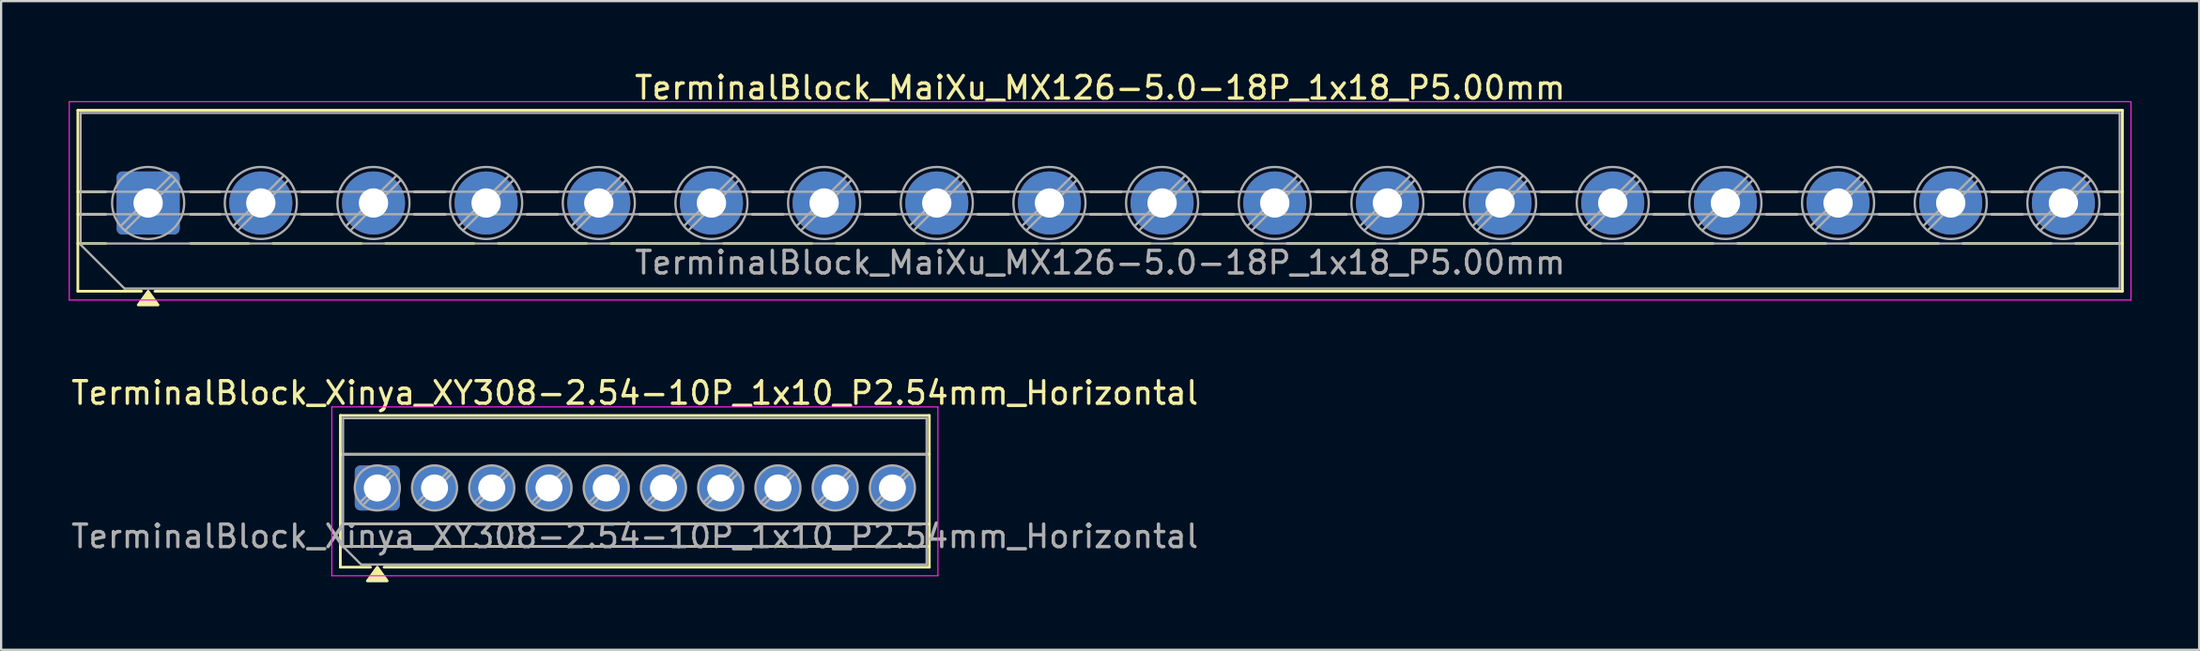
<source format=kicad_pcb>
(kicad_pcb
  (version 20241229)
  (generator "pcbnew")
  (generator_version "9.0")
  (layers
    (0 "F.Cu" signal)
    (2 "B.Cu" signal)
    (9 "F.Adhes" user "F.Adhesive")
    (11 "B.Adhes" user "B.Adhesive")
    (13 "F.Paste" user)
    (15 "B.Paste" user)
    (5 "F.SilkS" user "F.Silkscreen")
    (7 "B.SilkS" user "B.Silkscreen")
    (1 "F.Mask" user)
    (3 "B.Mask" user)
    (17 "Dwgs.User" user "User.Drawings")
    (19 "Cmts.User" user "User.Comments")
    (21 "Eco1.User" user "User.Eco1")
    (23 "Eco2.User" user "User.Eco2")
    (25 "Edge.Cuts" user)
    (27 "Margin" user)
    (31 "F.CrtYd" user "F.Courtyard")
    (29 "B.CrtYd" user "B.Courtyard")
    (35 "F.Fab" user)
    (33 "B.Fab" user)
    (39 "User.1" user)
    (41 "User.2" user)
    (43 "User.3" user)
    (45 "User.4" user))
  (footprint "TerminalBlock_MaiXu_MX126-5.0-18P_1x18_P5.00mm"
    (layer "F.Cu")
    (at 3.525 5.968)
    (property "Reference" "TerminalBlock_MaiXu_MX126-5.0-18P_1x18_P5.00mm" (at 42.25 -5.12 0) (layer "F.SilkS") (effects (font (size 1 1) (thickness 0.15))))
    (attr through_hole)
    (fp_line (start -3.12 -4.12) (end -3.12 3.92) (stroke (width 0.12) (type solid)) (layer "F.SilkS"))
    (fp_line (start -3.12 -4.12) (end 87.62 -4.12) (stroke (width 0.12) (type solid)) (layer "F.SilkS"))
    (fp_line (start -3.12 -0.5) (end -1.88 -0.5) (stroke (width 0.12) (type solid)) (layer "F.SilkS"))
    (fp_line (start -3.12 0.5) (end -1.88 0.5) (stroke (width 0.12) (type solid)) (layer "F.SilkS"))
    (fp_line (start -3.12 1.8) (end -1.88 1.8) (stroke (width 0.12) (type solid)) (layer "F.SilkS"))
    (fp_line (start -3.12 3.92) (end -0.3 3.92) (stroke (width 0.12) (type solid)) (layer "F.SilkS"))
    (fp_line (start 0.3 3.92) (end 87.62 3.92) (stroke (width 0.12) (type solid)) (layer "F.SilkS"))
    (fp_line (start 1.88 -0.5) (end 3.188 -0.5) (stroke (width 0.12) (type solid)) (layer "F.SilkS"))
    (fp_line (start 1.88 0.5) (end 3.188 0.5) (stroke (width 0.12) (type solid)) (layer "F.SilkS"))
    (fp_line (start 1.88 1.8) (end 4.457 1.8) (stroke (width 0.12) (type solid)) (layer "F.SilkS"))
    (fp_line (start 5.543 1.8) (end 9.457 1.8) (stroke (width 0.12) (type solid)) (layer "F.SilkS"))
    (fp_line (start 6.812 -0.5) (end 8.188 -0.5) (stroke (width 0.12) (type solid)) (layer "F.SilkS"))
    (fp_line (start 6.812 0.5) (end 8.188 0.5) (stroke (width 0.12) (type solid)) (layer "F.SilkS"))
    (fp_line (start 10.543 1.8) (end 14.457 1.8) (stroke (width 0.12) (type solid)) (layer "F.SilkS"))
    (fp_line (start 11.812 -0.5) (end 13.188 -0.5) (stroke (width 0.12) (type solid)) (layer "F.SilkS"))
    (fp_line (start 11.812 0.5) (end 13.188 0.5) (stroke (width 0.12) (type solid)) (layer "F.SilkS"))
    (fp_line (start 15.543 1.8) (end 19.457 1.8) (stroke (width 0.12) (type solid)) (layer "F.SilkS"))
    (fp_line (start 16.812 -0.5) (end 18.188 -0.5) (stroke (width 0.12) (type solid)) (layer "F.SilkS"))
    (fp_line (start 16.812 0.5) (end 18.188 0.5) (stroke (width 0.12) (type solid)) (layer "F.SilkS"))
    (fp_line (start 20.543 1.8) (end 24.457 1.8) (stroke (width 0.12) (type solid)) (layer "F.SilkS"))
    (fp_line (start 21.812 -0.5) (end 23.188 -0.5) (stroke (width 0.12) (type solid)) (layer "F.SilkS"))
    (fp_line (start 21.812 0.5) (end 23.188 0.5) (stroke (width 0.12) (type solid)) (layer "F.SilkS"))
    (fp_line (start 25.543 1.8) (end 29.457 1.8) (stroke (width 0.12) (type solid)) (layer "F.SilkS"))
    (fp_line (start 26.812 -0.5) (end 28.188 -0.5) (stroke (width 0.12) (type solid)) (layer "F.SilkS"))
    (fp_line (start 26.812 0.5) (end 28.188 0.5) (stroke (width 0.12) (type solid)) (layer "F.SilkS"))
    (fp_line (start 30.543 1.8) (end 34.457 1.8) (stroke (width 0.12) (type solid)) (layer "F.SilkS"))
    (fp_line (start 31.812 -0.5) (end 33.188 -0.5) (stroke (width 0.12) (type solid)) (layer "F.SilkS"))
    (fp_line (start 31.812 0.5) (end 33.188 0.5) (stroke (width 0.12) (type solid)) (layer "F.SilkS"))
    (fp_line (start 35.543 1.8) (end 39.457 1.8) (stroke (width 0.12) (type solid)) (layer "F.SilkS"))
    (fp_line (start 36.812 -0.5) (end 38.188 -0.5) (stroke (width 0.12) (type solid)) (layer "F.SilkS"))
    (fp_line (start 36.812 0.5) (end 38.188 0.5) (stroke (width 0.12) (type solid)) (layer "F.SilkS"))
    (fp_line (start 40.543 1.8) (end 44.457 1.8) (stroke (width 0.12) (type solid)) (layer "F.SilkS"))
    (fp_line (start 41.812 -0.5) (end 43.188 -0.5) (stroke (width 0.12) (type solid)) (layer "F.SilkS"))
    (fp_line (start 41.812 0.5) (end 43.188 0.5) (stroke (width 0.12) (type solid)) (layer "F.SilkS"))
    (fp_line (start 45.543 1.8) (end 49.457 1.8) (stroke (width 0.12) (type solid)) (layer "F.SilkS"))
    (fp_line (start 46.812 -0.5) (end 48.188 -0.5) (stroke (width 0.12) (type solid)) (layer "F.SilkS"))
    (fp_line (start 46.812 0.5) (end 48.188 0.5) (stroke (width 0.12) (type solid)) (layer "F.SilkS"))
    (fp_line (start 50.543 1.8) (end 54.457 1.8) (stroke (width 0.12) (type solid)) (layer "F.SilkS"))
    (fp_line (start 51.812 -0.5) (end 53.188 -0.5) (stroke (width 0.12) (type solid)) (layer "F.SilkS"))
    (fp_line (start 51.812 0.5) (end 53.188 0.5) (stroke (width 0.12) (type solid)) (layer "F.SilkS"))
    (fp_line (start 55.543 1.8) (end 59.457 1.8) (stroke (width 0.12) (type solid)) (layer "F.SilkS"))
    (fp_line (start 56.812 -0.5) (end 58.188 -0.5) (stroke (width 0.12) (type solid)) (layer "F.SilkS"))
    (fp_line (start 56.812 0.5) (end 58.188 0.5) (stroke (width 0.12) (type solid)) (layer "F.SilkS"))
    (fp_line (start 60.543 1.8) (end 64.457 1.8) (stroke (width 0.12) (type solid)) (layer "F.SilkS"))
    (fp_line (start 61.812 -0.5) (end 63.188 -0.5) (stroke (width 0.12) (type solid)) (layer "F.SilkS"))
    (fp_line (start 61.812 0.5) (end 63.188 0.5) (stroke (width 0.12) (type solid)) (layer "F.SilkS"))
    (fp_line (start 65.543 1.8) (end 69.457 1.8) (stroke (width 0.12) (type solid)) (layer "F.SilkS"))
    (fp_line (start 66.812 -0.5) (end 68.188 -0.5) (stroke (width 0.12) (type solid)) (layer "F.SilkS"))
    (fp_line (start 66.812 0.5) (end 68.188 0.5) (stroke (width 0.12) (type solid)) (layer "F.SilkS"))
    (fp_line (start 70.543 1.8) (end 74.457 1.8) (stroke (width 0.12) (type solid)) (layer "F.SilkS"))
    (fp_line (start 71.812 -0.5) (end 73.188 -0.5) (stroke (width 0.12) (type solid)) (layer "F.SilkS"))
    (fp_line (start 71.812 0.5) (end 73.188 0.5) (stroke (width 0.12) (type solid)) (layer "F.SilkS"))
    (fp_line (start 75.543 1.8) (end 79.457 1.8) (stroke (width 0.12) (type solid)) (layer "F.SilkS"))
    (fp_line (start 76.812 -0.5) (end 78.188 -0.5) (stroke (width 0.12) (type solid)) (layer "F.SilkS"))
    (fp_line (start 76.812 0.5) (end 78.188 0.5) (stroke (width 0.12) (type solid)) (layer "F.SilkS"))
    (fp_line (start 80.543 1.8) (end 84.457 1.8) (stroke (width 0.12) (type solid)) (layer "F.SilkS"))
    (fp_line (start 81.812 -0.5) (end 83.188 -0.5) (stroke (width 0.12) (type solid)) (layer "F.SilkS"))
    (fp_line (start 81.812 0.5) (end 83.188 0.5) (stroke (width 0.12) (type solid)) (layer "F.SilkS"))
    (fp_line (start 85.543 1.8) (end 87.62 1.8) (stroke (width 0.12) (type solid)) (layer "F.SilkS"))
    (fp_line (start 86.812 -0.5) (end 87.62 -0.5) (stroke (width 0.12) (type solid)) (layer "F.SilkS"))
    (fp_line (start 86.812 0.5) (end 87.62 0.5) (stroke (width 0.12) (type solid)) (layer "F.SilkS"))
    (fp_line (start 87.62 -4.12) (end 87.62 3.92) (stroke (width 0.12) (type solid)) (layer "F.SilkS"))
    (fp_poly (pts (xy 0 3.92) (xy 0.44 4.53) (xy -0.44 4.53)) (stroke (width 0.12) (type solid)) (fill yes) (layer "F.SilkS"))
    (fp_line (start -3.5 -4.5) (end -3.5 4.31) (stroke (width 0.05) (type solid)) (layer "F.CrtYd"))
    (fp_line (start -3.5 4.31) (end 88 4.31) (stroke (width 0.05) (type solid)) (layer "F.CrtYd"))
    (fp_line (start 88 -4.5) (end -3.5 -4.5) (stroke (width 0.05) (type solid)) (layer "F.CrtYd"))
    (fp_line (start 88 4.31) (end 88 -4.5) (stroke (width 0.05) (type solid)) (layer "F.CrtYd"))
    (fp_line (start -3 -4) (end 87.5 -4) (stroke (width 0.1) (type solid)) (layer "F.Fab"))
    (fp_line (start -3 -0.5) (end 87.5 -0.5) (stroke (width 0.1) (type solid)) (layer "F.Fab"))
    (fp_line (start -3 0.5) (end 87.5 0.5) (stroke (width 0.1) (type solid)) (layer "F.Fab"))
    (fp_line (start -3 1.8) (end 87.5 1.8) (stroke (width 0.1) (type solid)) (layer "F.Fab"))
    (fp_line (start -3 1.85) (end -3 -4) (stroke (width 0.1) (type solid)) (layer "F.Fab"))
    (fp_line (start -1.05 3.8) (end -3 1.85) (stroke (width 0.1) (type solid)) (layer "F.Fab"))
    (fp_line (start 1.018 -1.213) (end -1.213 1.018) (stroke (width 0.1) (type solid)) (layer "F.Fab"))
    (fp_line (start 1.213 -1.018) (end -1.018 1.213) (stroke (width 0.1) (type solid)) (layer "F.Fab"))
    (fp_line (start 6.018 -1.213) (end 3.787 1.018) (stroke (width 0.1) (type solid)) (layer "F.Fab"))
    (fp_line (start 6.213 -1.018) (end 3.982 1.213) (stroke (width 0.1) (type solid)) (layer "F.Fab"))
    (fp_line (start 11.018 -1.213) (end 8.787 1.018) (stroke (width 0.1) (type solid)) (layer "F.Fab"))
    (fp_line (start 11.213 -1.018) (end 8.982 1.213) (stroke (width 0.1) (type solid)) (layer "F.Fab"))
    (fp_line (start 16.018 -1.213) (end 13.787 1.018) (stroke (width 0.1) (type solid)) (layer "F.Fab"))
    (fp_line (start 16.213 -1.018) (end 13.982 1.213) (stroke (width 0.1) (type solid)) (layer "F.Fab"))
    (fp_line (start 21.018 -1.213) (end 18.787 1.018) (stroke (width 0.1) (type solid)) (layer "F.Fab"))
    (fp_line (start 21.213 -1.018) (end 18.982 1.213) (stroke (width 0.1) (type solid)) (layer "F.Fab"))
    (fp_line (start 26.018 -1.213) (end 23.787 1.018) (stroke (width 0.1) (type solid)) (layer "F.Fab"))
    (fp_line (start 26.213 -1.018) (end 23.982 1.213) (stroke (width 0.1) (type solid)) (layer "F.Fab"))
    (fp_line (start 31.018 -1.213) (end 28.787 1.018) (stroke (width 0.1) (type solid)) (layer "F.Fab"))
    (fp_line (start 31.213 -1.018) (end 28.982 1.213) (stroke (width 0.1) (type solid)) (layer "F.Fab"))
    (fp_line (start 36.018 -1.213) (end 33.787 1.018) (stroke (width 0.1) (type solid)) (layer "F.Fab"))
    (fp_line (start 36.213 -1.018) (end 33.982 1.213) (stroke (width 0.1) (type solid)) (layer "F.Fab"))
    (fp_line (start 41.018 -1.213) (end 38.787 1.018) (stroke (width 0.1) (type solid)) (layer "F.Fab"))
    (fp_line (start 41.213 -1.018) (end 38.982 1.213) (stroke (width 0.1) (type solid)) (layer "F.Fab"))
    (fp_line (start 46.018 -1.213) (end 43.787 1.018) (stroke (width 0.1) (type solid)) (layer "F.Fab"))
    (fp_line (start 46.213 -1.018) (end 43.982 1.213) (stroke (width 0.1) (type solid)) (layer "F.Fab"))
    (fp_line (start 51.018 -1.213) (end 48.787 1.018) (stroke (width 0.1) (type solid)) (layer "F.Fab"))
    (fp_line (start 51.213 -1.018) (end 48.982 1.213) (stroke (width 0.1) (type solid)) (layer "F.Fab"))
    (fp_line (start 56.018 -1.213) (end 53.787 1.018) (stroke (width 0.1) (type solid)) (layer "F.Fab"))
    (fp_line (start 56.213 -1.018) (end 53.982 1.213) (stroke (width 0.1) (type solid)) (layer "F.Fab"))
    (fp_line (start 61.018 -1.213) (end 58.787 1.018) (stroke (width 0.1) (type solid)) (layer "F.Fab"))
    (fp_line (start 61.213 -1.018) (end 58.982 1.213) (stroke (width 0.1) (type solid)) (layer "F.Fab"))
    (fp_line (start 66.018 -1.213) (end 63.787 1.018) (stroke (width 0.1) (type solid)) (layer "F.Fab"))
    (fp_line (start 66.213 -1.018) (end 63.982 1.213) (stroke (width 0.1) (type solid)) (layer "F.Fab"))
    (fp_line (start 71.018 -1.213) (end 68.787 1.018) (stroke (width 0.1) (type solid)) (layer "F.Fab"))
    (fp_line (start 71.213 -1.018) (end 68.982 1.213) (stroke (width 0.1) (type solid)) (layer "F.Fab"))
    (fp_line (start 76.018 -1.213) (end 73.787 1.018) (stroke (width 0.1) (type solid)) (layer "F.Fab"))
    (fp_line (start 76.213 -1.018) (end 73.982 1.213) (stroke (width 0.1) (type solid)) (layer "F.Fab"))
    (fp_line (start 81.018 -1.213) (end 78.787 1.018) (stroke (width 0.1) (type solid)) (layer "F.Fab"))
    (fp_line (start 81.213 -1.018) (end 78.982 1.213) (stroke (width 0.1) (type solid)) (layer "F.Fab"))
    (fp_line (start 86.018 -1.213) (end 83.787 1.018) (stroke (width 0.1) (type solid)) (layer "F.Fab"))
    (fp_line (start 86.213 -1.018) (end 83.982 1.213) (stroke (width 0.1) (type solid)) (layer "F.Fab"))
    (fp_line (start 87.5 -4) (end 87.5 3.8) (stroke (width 0.1) (type solid)) (layer "F.Fab"))
    (fp_line (start 87.5 3.8) (end -1.05 3.8) (stroke (width 0.1) (type solid)) (layer "F.Fab"))
    (fp_circle (center 0 0) (end 1.6 0) (stroke (width 0.1) (type solid)) (fill no) (layer "F.Fab"))
    (fp_circle (center 5 0) (end 6.6 0) (stroke (width 0.1) (type solid)) (fill no) (layer "F.Fab"))
    (fp_circle (center 10 0) (end 11.6 0) (stroke (width 0.1) (type solid)) (fill no) (layer "F.Fab"))
    (fp_circle (center 15 0) (end 16.6 0) (stroke (width 0.1) (type solid)) (fill no) (layer "F.Fab"))
    (fp_circle (center 20 0) (end 21.6 0) (stroke (width 0.1) (type solid)) (fill no) (layer "F.Fab"))
    (fp_circle (center 25 0) (end 26.6 0) (stroke (width 0.1) (type solid)) (fill no) (layer "F.Fab"))
    (fp_circle (center 30 0) (end 31.6 0) (stroke (width 0.1) (type solid)) (fill no) (layer "F.Fab"))
    (fp_circle (center 35 0) (end 36.6 0) (stroke (width 0.1) (type solid)) (fill no) (layer "F.Fab"))
    (fp_circle (center 40 0) (end 41.6 0) (stroke (width 0.1) (type solid)) (fill no) (layer "F.Fab"))
    (fp_circle (center 45 0) (end 46.6 0) (stroke (width 0.1) (type solid)) (fill no) (layer "F.Fab"))
    (fp_circle (center 50 0) (end 51.6 0) (stroke (width 0.1) (type solid)) (fill no) (layer "F.Fab"))
    (fp_circle (center 55 0) (end 56.6 0) (stroke (width 0.1) (type solid)) (fill no) (layer "F.Fab"))
    (fp_circle (center 60 0) (end 61.6 0) (stroke (width 0.1) (type solid)) (fill no) (layer "F.Fab"))
    (fp_circle (center 65 0) (end 66.6 0) (stroke (width 0.1) (type solid)) (fill no) (layer "F.Fab"))
    (fp_circle (center 70 0) (end 71.6 0) (stroke (width 0.1) (type solid)) (fill no) (layer "F.Fab"))
    (fp_circle (center 75 0) (end 76.6 0) (stroke (width 0.1) (type solid)) (fill no) (layer "F.Fab"))
    (fp_circle (center 80 0) (end 81.6 0) (stroke (width 0.1) (type solid)) (fill no) (layer "F.Fab"))
    (fp_circle (center 85 0) (end 86.6 0) (stroke (width 0.1) (type solid)) (fill no) (layer "F.Fab"))
    (fp_text user "${REFERENCE}" (at 42.25 2.65 0) (layer "F.Fab") (effects (font (size 1 1) (thickness 0.15))))
    (pad "1" thru_hole roundrect (at 0 0) (size 2.8 2.8) (drill 1.3) (layers "*.Cu" "*.Mask") (roundrect_rratio 0.089))
    (pad "2" thru_hole circle (at 5 0) (size 2.8 2.8) (drill 1.3) (layers "*.Cu" "*.Mask"))
    (pad "3" thru_hole circle (at 10 0) (size 2.8 2.8) (drill 1.3) (layers "*.Cu" "*.Mask"))
    (pad "4" thru_hole circle (at 15 0) (size 2.8 2.8) (drill 1.3) (layers "*.Cu" "*.Mask"))
    (pad "5" thru_hole circle (at 20 0) (size 2.8 2.8) (drill 1.3) (layers "*.Cu" "*.Mask"))
    (pad "6" thru_hole circle (at 25 0) (size 2.8 2.8) (drill 1.3) (layers "*.Cu" "*.Mask"))
    (pad "7" thru_hole circle (at 30 0) (size 2.8 2.8) (drill 1.3) (layers "*.Cu" "*.Mask"))
    (pad "8" thru_hole circle (at 35 0) (size 2.8 2.8) (drill 1.3) (layers "*.Cu" "*.Mask"))
    (pad "9" thru_hole circle (at 40 0) (size 2.8 2.8) (drill 1.3) (layers "*.Cu" "*.Mask"))
    (pad "10" thru_hole circle (at 45 0) (size 2.8 2.8) (drill 1.3) (layers "*.Cu" "*.Mask"))
    (pad "11" thru_hole circle (at 50 0) (size 2.8 2.8) (drill 1.3) (layers "*.Cu" "*.Mask"))
    (pad "12" thru_hole circle (at 55 0) (size 2.8 2.8) (drill 1.3) (layers "*.Cu" "*.Mask"))
    (pad "13" thru_hole circle (at 60 0) (size 2.8 2.8) (drill 1.3) (layers "*.Cu" "*.Mask"))
    (pad "14" thru_hole circle (at 65 0) (size 2.8 2.8) (drill 1.3) (layers "*.Cu" "*.Mask"))
    (pad "15" thru_hole circle (at 70 0) (size 2.8 2.8) (drill 1.3) (layers "*.Cu" "*.Mask"))
    (pad "16" thru_hole circle (at 75 0) (size 2.8 2.8) (drill 1.3) (layers "*.Cu" "*.Mask"))
    (pad "17" thru_hole circle (at 80 0) (size 2.8 2.8) (drill 1.3) (layers "*.Cu" "*.Mask"))
    (pad "18" thru_hole circle (at 85 0) (size 2.8 2.8) (drill 1.3) (layers "*.Cu" "*.Mask")))
  (footprint "TerminalBlock_Xinya_XY308-2.54-10P_1x10_P2.54mm_Horizontal"
    (layer "F.Cu")
    (at 13.695 18.627)
    (property "Reference" "TerminalBlock_Xinya_XY308-2.54-10P_1x10_P2.54mm_Horizontal" (at 11.43 -4.22 0) (layer "F.SilkS") (effects (font (size 1 1) (thickness 0.15))))
    (attr through_hole)
    (fp_line (start -1.64 -3.22) (end -1.64 3.52) (stroke (width 0.12) (type solid)) (layer "F.SilkS"))
    (fp_line (start -1.64 -3.22) (end 24.5 -3.22) (stroke (width 0.12) (type solid)) (layer "F.SilkS"))
    (fp_line (start -1.64 -1.5) (end 24.5 -1.5) (stroke (width 0.12) (type solid)) (layer "F.SilkS"))
    (fp_line (start -1.64 1.6) (end 24.5 1.6) (stroke (width 0.12) (type solid)) (layer "F.SilkS"))
    (fp_line (start -1.64 2.6) (end 24.5 2.6) (stroke (width 0.12) (type solid)) (layer "F.SilkS"))
    (fp_line (start -1.64 3.52) (end -0.3 3.52) (stroke (width 0.12) (type solid)) (layer "F.SilkS"))
    (fp_line (start 0.3 3.52) (end 24.5 3.52) (stroke (width 0.12) (type solid)) (layer "F.SilkS"))
    (fp_line (start 24.5 -3.22) (end 24.5 3.52) (stroke (width 0.12) (type solid)) (layer "F.SilkS"))
    (fp_poly (pts (xy 0 3.52) (xy 0.44 4.13) (xy -0.44 4.13)) (stroke (width 0.12) (type solid)) (fill yes) (layer "F.SilkS"))
    (fp_line (start -2.02 -3.6) (end -2.02 3.9) (stroke (width 0.05) (type solid)) (layer "F.CrtYd"))
    (fp_line (start -2.02 3.9) (end 24.88 3.9) (stroke (width 0.05) (type solid)) (layer "F.CrtYd"))
    (fp_line (start 24.88 -3.6) (end -2.02 -3.6) (stroke (width 0.05) (type solid)) (layer "F.CrtYd"))
    (fp_line (start 24.88 3.9) (end 24.88 -3.6) (stroke (width 0.05) (type solid)) (layer "F.CrtYd"))
    (fp_line (start -1.52 -3.1) (end 24.38 -3.1) (stroke (width 0.1) (type solid)) (layer "F.Fab"))
    (fp_line (start -1.52 -1.5) (end 24.38 -1.5) (stroke (width 0.1) (type solid)) (layer "F.Fab"))
    (fp_line (start -1.52 1.6) (end 24.38 1.6) (stroke (width 0.1) (type solid)) (layer "F.Fab"))
    (fp_line (start -1.52 2.6) (end -1.52 -3.1) (stroke (width 0.1) (type solid)) (layer "F.Fab"))
    (fp_line (start -1.52 2.6) (end 24.38 2.6) (stroke (width 0.1) (type solid)) (layer "F.Fab"))
    (fp_line (start -0.72 3.4) (end -1.52 2.6) (stroke (width 0.1) (type solid)) (layer "F.Fab"))
    (fp_line (start 0.636 -0.758) (end -0.758 0.636) (stroke (width 0.1) (type solid)) (layer "F.Fab"))
    (fp_line (start 0.758 -0.636) (end -0.636 0.758) (stroke (width 0.1) (type solid)) (layer "F.Fab"))
    (fp_line (start 3.176 -0.758) (end 1.782 0.636) (stroke (width 0.1) (type solid)) (layer "F.Fab"))
    (fp_line (start 3.298 -0.636) (end 1.904 0.758) (stroke (width 0.1) (type solid)) (layer "F.Fab"))
    (fp_line (start 5.716 -0.758) (end 4.322 0.636) (stroke (width 0.1) (type solid)) (layer "F.Fab"))
    (fp_line (start 5.838 -0.636) (end 4.444 0.758) (stroke (width 0.1) (type solid)) (layer "F.Fab"))
    (fp_line (start 8.256 -0.758) (end 6.862 0.636) (stroke (width 0.1) (type solid)) (layer "F.Fab"))
    (fp_line (start 8.378 -0.636) (end 6.984 0.758) (stroke (width 0.1) (type solid)) (layer "F.Fab"))
    (fp_line (start 10.796 -0.758) (end 9.402 0.636) (stroke (width 0.1) (type solid)) (layer "F.Fab"))
    (fp_line (start 10.918 -0.636) (end 9.524 0.758) (stroke (width 0.1) (type solid)) (layer "F.Fab"))
    (fp_line (start 13.336 -0.758) (end 11.942 0.636) (stroke (width 0.1) (type solid)) (layer "F.Fab"))
    (fp_line (start 13.458 -0.636) (end 12.064 0.758) (stroke (width 0.1) (type solid)) (layer "F.Fab"))
    (fp_line (start 15.876 -0.758) (end 14.482 0.636) (stroke (width 0.1) (type solid)) (layer "F.Fab"))
    (fp_line (start 15.998 -0.636) (end 14.604 0.758) (stroke (width 0.1) (type solid)) (layer "F.Fab"))
    (fp_line (start 18.416 -0.758) (end 17.022 0.636) (stroke (width 0.1) (type solid)) (layer "F.Fab"))
    (fp_line (start 18.538 -0.636) (end 17.144 0.758) (stroke (width 0.1) (type solid)) (layer "F.Fab"))
    (fp_line (start 20.956 -0.758) (end 19.562 0.636) (stroke (width 0.1) (type solid)) (layer "F.Fab"))
    (fp_line (start 21.078 -0.636) (end 19.684 0.758) (stroke (width 0.1) (type solid)) (layer "F.Fab"))
    (fp_line (start 23.496 -0.758) (end 22.102 0.636) (stroke (width 0.1) (type solid)) (layer "F.Fab"))
    (fp_line (start 23.618 -0.636) (end 22.224 0.758) (stroke (width 0.1) (type solid)) (layer "F.Fab"))
    (fp_line (start 24.38 -3.1) (end 24.38 3.4) (stroke (width 0.1) (type solid)) (layer "F.Fab"))
    (fp_line (start 24.38 3.4) (end -0.72 3.4) (stroke (width 0.1) (type solid)) (layer "F.Fab"))
    (fp_circle (center 0 0) (end 1 0) (stroke (width 0.1) (type solid)) (fill no) (layer "F.Fab"))
    (fp_circle (center 2.54 0) (end 3.54 0) (stroke (width 0.1) (type solid)) (fill no) (layer "F.Fab"))
    (fp_circle (center 5.08 0) (end 6.08 0) (stroke (width 0.1) (type solid)) (fill no) (layer "F.Fab"))
    (fp_circle (center 7.62 0) (end 8.62 0) (stroke (width 0.1) (type solid)) (fill no) (layer "F.Fab"))
    (fp_circle (center 10.16 0) (end 11.16 0) (stroke (width 0.1) (type solid)) (fill no) (layer "F.Fab"))
    (fp_circle (center 12.7 0) (end 13.7 0) (stroke (width 0.1) (type solid)) (fill no) (layer "F.Fab"))
    (fp_circle (center 15.24 0) (end 16.24 0) (stroke (width 0.1) (type solid)) (fill no) (layer "F.Fab"))
    (fp_circle (center 17.78 0) (end 18.78 0) (stroke (width 0.1) (type solid)) (fill no) (layer "F.Fab"))
    (fp_circle (center 20.32 0) (end 21.32 0) (stroke (width 0.1) (type solid)) (fill no) (layer "F.Fab"))
    (fp_circle (center 22.86 0) (end 23.86 0) (stroke (width 0.1) (type solid)) (fill no) (layer "F.Fab"))
    (fp_text user "${REFERENCE}" (at 11.43 2.15 0) (layer "F.Fab") (effects (font (size 1 1) (thickness 0.15))))
    (pad "1" thru_hole roundrect (at 0 0) (size 2 2) (drill 1.2) (layers "*.Cu" "*.Mask") (roundrect_rratio 0.125))
    (pad "2" thru_hole circle (at 2.54 0) (size 2 2) (drill 1.2) (layers "*.Cu" "*.Mask"))
    (pad "3" thru_hole circle (at 5.08 0) (size 2 2) (drill 1.2) (layers "*.Cu" "*.Mask"))
    (pad "4" thru_hole circle (at 7.62 0) (size 2 2) (drill 1.2) (layers "*.Cu" "*.Mask"))
    (pad "5" thru_hole circle (at 10.16 0) (size 2 2) (drill 1.2) (layers "*.Cu" "*.Mask"))
    (pad "6" thru_hole circle (at 12.7 0) (size 2 2) (drill 1.2) (layers "*.Cu" "*.Mask"))
    (pad "7" thru_hole circle (at 15.24 0) (size 2 2) (drill 1.2) (layers "*.Cu" "*.Mask"))
    (pad "8" thru_hole circle (at 17.78 0) (size 2 2) (drill 1.2) (layers "*.Cu" "*.Mask"))
    (pad "9" thru_hole circle (at 20.32 0) (size 2 2) (drill 1.2) (layers "*.Cu" "*.Mask"))
    (pad "10" thru_hole circle (at 22.86 0) (size 2 2) (drill 1.2) (layers "*.Cu" "*.Mask")))
  (gr_rect
    (start -3 -3)
    (end 94.55 25.817)
    (stroke (width 0.1) (type default))
    (fill no)
    (layer "Edge.Cuts")))
</source>
